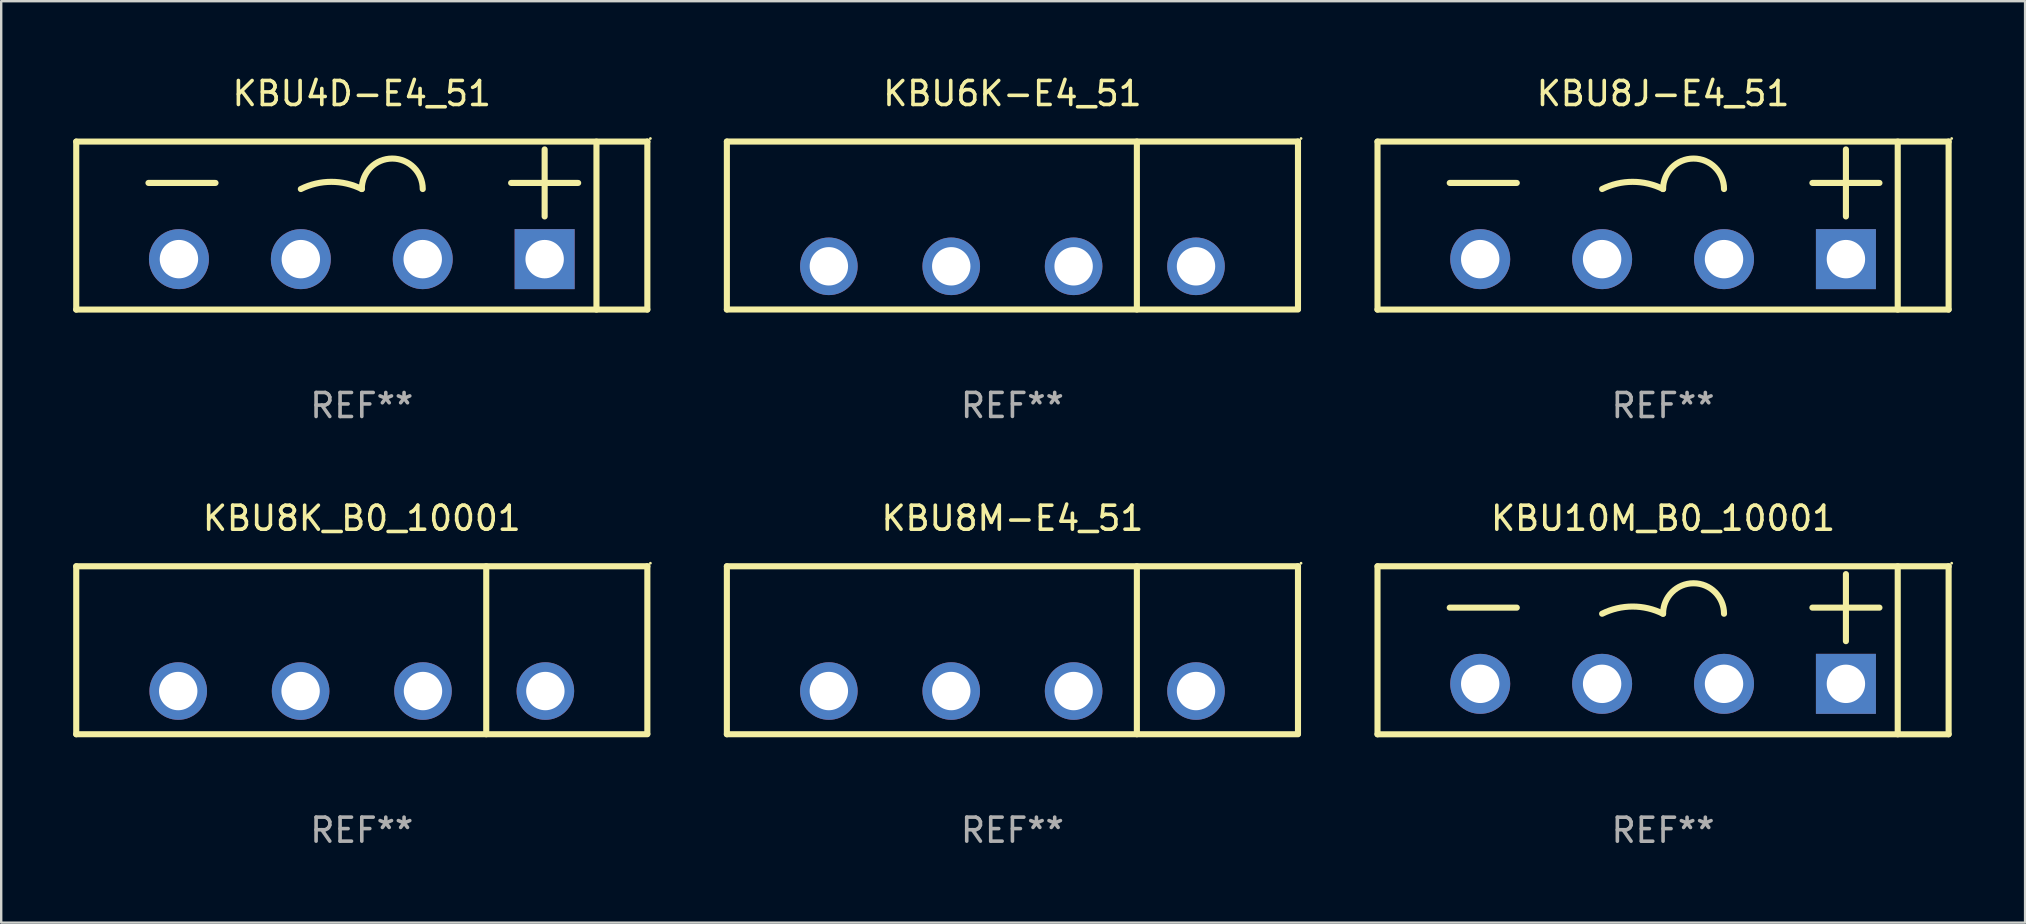
<source format=kicad_pcb>
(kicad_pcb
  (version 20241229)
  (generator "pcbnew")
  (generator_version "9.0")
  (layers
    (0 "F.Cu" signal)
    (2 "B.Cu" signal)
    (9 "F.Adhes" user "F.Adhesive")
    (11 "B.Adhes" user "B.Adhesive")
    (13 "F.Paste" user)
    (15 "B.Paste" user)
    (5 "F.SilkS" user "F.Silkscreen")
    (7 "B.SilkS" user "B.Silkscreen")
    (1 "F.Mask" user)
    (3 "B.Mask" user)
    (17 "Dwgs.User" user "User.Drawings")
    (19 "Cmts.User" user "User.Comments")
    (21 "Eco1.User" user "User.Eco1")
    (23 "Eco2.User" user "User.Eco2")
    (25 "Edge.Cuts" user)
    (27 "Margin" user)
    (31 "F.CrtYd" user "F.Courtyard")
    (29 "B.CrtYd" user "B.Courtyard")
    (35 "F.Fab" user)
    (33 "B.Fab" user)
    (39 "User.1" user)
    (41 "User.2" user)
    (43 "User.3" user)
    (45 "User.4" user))
  (footprint "KBU10M_B0_10001"
    (layer "F.Cu")
    (at 66.255 24.049)
    (property "Reference" "KBU10M_B0_10001" (at 0 -5.501 0) (layer "F.SilkS") (effects (font (size 1 1) (thickness 0.15))))
    (attr through_hole)
    (fp_line (start -11.9 -3.501) (end 11.9 -3.501) (stroke (width 0.254) (type solid)) (layer "F.SilkS"))
    (fp_line (start -11.9 3.501) (end -11.9 -3.499) (stroke (width 0.254) (type solid)) (layer "F.SilkS"))
    (fp_line (start -8.89 -1.777) (end -6.096 -1.777) (stroke (width 0.254) (type solid)) (layer "F.SilkS"))
    (fp_line (start 6.223 -1.777) (end 9.017 -1.777) (stroke (width 0.254) (type solid)) (layer "F.SilkS"))
    (fp_line (start 7.62 -0.38) (end 7.62 -3.174) (stroke (width 0.254) (type solid)) (layer "F.SilkS"))
    (fp_line (start 9.779 -3.499) (end 9.779 3.501) (stroke (width 0.254) (type solid)) (layer "F.SilkS"))
    (fp_line (start 11.9 -3.501) (end 11.9 3.499) (stroke (width 0.254) (type solid)) (layer "F.SilkS"))
    (fp_line (start 11.9 3.501) (end -11.9 3.501) (stroke (width 0.254) (type solid)) (layer "F.SilkS"))
    (fp_arc (start -2.540005 -1.522504) (mid -1.270003 -1.822311) (end 0 -1.522504) (stroke (width 0.254001) (type solid)) (layer "F.SilkS"))
    (fp_arc (start 0.000001 -1.522504) (mid 1.270003 -2.792506) (end 2.540005 -1.522504) (stroke (width 0.254001) (type solid)) (layer "F.SilkS"))
    (fp_circle (center 12.027 -3.628) (end 12.057 -3.628) (stroke (width 0.06) (type solid)) (fill no) (layer "F.SilkS"))
    (fp_text user "REF**" (at 0 7.501 0) (layer "F.Fab") (effects (font (size 1 1) (thickness 0.15))))
    (pad "1" thru_hole rect (at 7.62 1.399 180) (size 2.5 2.5) (drill 1.6) (layers "*.Cu" "*.Mask"))
    (pad "2" thru_hole circle (at 2.54 1.399) (size 2.5 2.5) (drill 1.6) (layers "*.Cu" "*.Mask"))
    (pad "3" thru_hole circle (at -2.54 1.399) (size 2.5 2.5) (drill 1.6) (layers "*.Cu" "*.Mask"))
    (pad "4" thru_hole circle (at -7.62 1.399) (size 2.5 2.5) (drill 1.6) (layers "*.Cu" "*.Mask")))
  (footprint "KBU6K-E4_51"
    (layer "F.Cu")
    (at 39.141 6.348)
    (property "Reference" "KBU6K-E4_51" (at 0 -5.5 0) (layer "F.SilkS") (effects (font (size 1 1) (thickness 0.15))))
    (attr through_hole)
    (fp_line (start -11.9 -3.5) (end -11.9 3.5) (stroke (width 0.254) (type solid)) (layer "F.SilkS"))
    (fp_line (start -11.9 -3.5) (end 11.9 -3.5) (stroke (width 0.254) (type solid)) (layer "F.SilkS"))
    (fp_line (start -11.9 3.5) (end 11.9 3.5) (stroke (width 0.254) (type solid)) (layer "F.SilkS"))
    (fp_line (start 5.186 -3.5) (end 5.186 3.5) (stroke (width 0.254) (type solid)) (layer "F.SilkS"))
    (fp_line (start 11.9 -3.5) (end 11.9 3.478) (stroke (width 0.254) (type solid)) (layer "F.SilkS"))
    (fp_circle (center 12.027 -3.627) (end 12.057 -3.627) (stroke (width 0.06) (type solid)) (fill no) (layer "F.SilkS"))
    (fp_text user "&#126;" (at -3.43 -0.131 0) (layer "B.Mask") (effects (font (size 1 1) (thickness 0.15))))
    (fp_text user "+" (at 6.731 -0.086 0) (layer "B.Mask") (effects (font (size 1 1) (thickness 0.15))))
    (fp_text user "-" (at -8.509 0.049 0) (layer "B.Mask") (effects (font (size 1 1) (thickness 0.15))))
    (fp_text user "&#126;" (at 1.651 -0.131 0) (layer "B.Mask") (effects (font (size 1 1) (thickness 0.15))))
    (fp_text user "REF**" (at 0 7.5 0) (layer "F.Fab") (effects (font (size 1 1) (thickness 0.15))))
    (pad "1" thru_hole circle (at 7.65 1.7) (size 2.4 2.4) (drill 1.6) (layers "*.Cu" "*.Mask"))
    (pad "2" thru_hole circle (at 2.55 1.7) (size 2.4 2.4) (drill 1.6) (layers "*.Cu" "*.Mask"))
    (pad "3" thru_hole circle (at -2.55 1.7) (size 2.4 2.4) (drill 1.6) (layers "*.Cu" "*.Mask"))
    (pad "4" thru_hole circle (at -7.65 1.7) (size 2.4 2.4) (drill 1.6) (layers "*.Cu" "*.Mask")))
  (footprint "KBU8K_B0_10001"
    (layer "F.Cu")
    (at 12.027 24.048)
    (property "Reference" "KBU8K_B0_10001" (at 0 -5.5 0) (layer "F.SilkS") (effects (font (size 1 1) (thickness 0.15))))
    (attr through_hole)
    (fp_line (start -11.9 -3.5) (end -11.9 3.5) (stroke (width 0.254) (type solid)) (layer "F.SilkS"))
    (fp_line (start -11.9 -3.5) (end 11.9 -3.5) (stroke (width 0.254) (type solid)) (layer "F.SilkS"))
    (fp_line (start -11.9 3.5) (end 11.9 3.5) (stroke (width 0.254) (type solid)) (layer "F.SilkS"))
    (fp_line (start 5.186 -3.5) (end 5.186 3.5) (stroke (width 0.254) (type solid)) (layer "F.SilkS"))
    (fp_line (start 11.9 -3.5) (end 11.9 3.478) (stroke (width 0.254) (type solid)) (layer "F.SilkS"))
    (fp_circle (center 12.027 -3.627) (end 12.057 -3.627) (stroke (width 0.06) (type solid)) (fill no) (layer "F.SilkS"))
    (fp_text user "&#126;" (at 1.651 -0.131 0) (layer "B.Mask") (effects (font (size 1 1) (thickness 0.15))))
    (fp_text user "&#126;" (at -3.43 -0.131 0) (layer "B.Mask") (effects (font (size 1 1) (thickness 0.15))))
    (fp_text user "-" (at -8.509 0.049 0) (layer "B.Mask") (effects (font (size 1 1) (thickness 0.15))))
    (fp_text user "+" (at 6.731 -0.086 0) (layer "B.Mask") (effects (font (size 1 1) (thickness 0.15))))
    (fp_text user "REF**" (at 0 7.5 0) (layer "F.Fab") (effects (font (size 1 1) (thickness 0.15))))
    (pad "1" thru_hole circle (at 7.65 1.7) (size 2.4 2.4) (drill 1.6) (layers "*.Cu" "*.Mask"))
    (pad "2" thru_hole circle (at 2.55 1.7) (size 2.4 2.4) (drill 1.6) (layers "*.Cu" "*.Mask"))
    (pad "3" thru_hole circle (at -2.55 1.7) (size 2.4 2.4) (drill 1.6) (layers "*.Cu" "*.Mask"))
    (pad "4" thru_hole circle (at -7.65 1.7) (size 2.4 2.4) (drill 1.6) (layers "*.Cu" "*.Mask")))
  (footprint "KBU4D-E4_51"
    (layer "F.Cu")
    (at 12.027 6.35)
    (property "Reference" "KBU4D-E4_51" (at 0 -5.501 0) (layer "F.SilkS") (effects (font (size 1 1) (thickness 0.15))))
    (attr through_hole)
    (fp_line (start -11.9 -3.501) (end 11.9 -3.501) (stroke (width 0.254) (type solid)) (layer "F.SilkS"))
    (fp_line (start -11.9 3.501) (end -11.9 -3.499) (stroke (width 0.254) (type solid)) (layer "F.SilkS"))
    (fp_line (start -8.89 -1.777) (end -6.096 -1.777) (stroke (width 0.254) (type solid)) (layer "F.SilkS"))
    (fp_line (start 6.223 -1.777) (end 9.017 -1.777) (stroke (width 0.254) (type solid)) (layer "F.SilkS"))
    (fp_line (start 7.62 -0.38) (end 7.62 -3.174) (stroke (width 0.254) (type solid)) (layer "F.SilkS"))
    (fp_line (start 9.779 -3.499) (end 9.779 3.501) (stroke (width 0.254) (type solid)) (layer "F.SilkS"))
    (fp_line (start 11.9 -3.501) (end 11.9 3.499) (stroke (width 0.254) (type solid)) (layer "F.SilkS"))
    (fp_line (start 11.9 3.501) (end -11.9 3.501) (stroke (width 0.254) (type solid)) (layer "F.SilkS"))
    (fp_arc (start -2.540005 -1.522504) (mid -1.270003 -1.822311) (end 0 -1.522504) (stroke (width 0.254001) (type solid)) (layer "F.SilkS"))
    (fp_arc (start 0.000001 -1.522504) (mid 1.270003 -2.792506) (end 2.540005 -1.522504) (stroke (width 0.254001) (type solid)) (layer "F.SilkS"))
    (fp_circle (center 12.027 -3.628) (end 12.057 -3.628) (stroke (width 0.06) (type solid)) (fill no) (layer "F.SilkS"))
    (fp_text user "REF**" (at 0 7.501 0) (layer "F.Fab") (effects (font (size 1 1) (thickness 0.15))))
    (pad "1" thru_hole rect (at 7.62 1.399 180) (size 2.5 2.5) (drill 1.6) (layers "*.Cu" "*.Mask"))
    (pad "2" thru_hole circle (at 2.54 1.399) (size 2.5 2.5) (drill 1.6) (layers "*.Cu" "*.Mask"))
    (pad "3" thru_hole circle (at -2.54 1.399) (size 2.5 2.5) (drill 1.6) (layers "*.Cu" "*.Mask"))
    (pad "4" thru_hole circle (at -7.62 1.399) (size 2.5 2.5) (drill 1.6) (layers "*.Cu" "*.Mask")))
  (footprint "KBU8M-E4_51"
    (layer "F.Cu")
    (at 39.141 24.048)
    (property "Reference" "KBU8M-E4_51" (at 0 -5.5 0) (layer "F.SilkS") (effects (font (size 1 1) (thickness 0.15))))
    (attr through_hole)
    (fp_line (start -11.9 -3.5) (end -11.9 3.5) (stroke (width 0.254) (type solid)) (layer "F.SilkS"))
    (fp_line (start -11.9 -3.5) (end 11.9 -3.5) (stroke (width 0.254) (type solid)) (layer "F.SilkS"))
    (fp_line (start -11.9 3.5) (end 11.9 3.5) (stroke (width 0.254) (type solid)) (layer "F.SilkS"))
    (fp_line (start 5.186 -3.5) (end 5.186 3.5) (stroke (width 0.254) (type solid)) (layer "F.SilkS"))
    (fp_line (start 11.9 -3.5) (end 11.9 3.478) (stroke (width 0.254) (type solid)) (layer "F.SilkS"))
    (fp_circle (center 12.027 -3.627) (end 12.057 -3.627) (stroke (width 0.06) (type solid)) (fill no) (layer "F.SilkS"))
    (fp_text user "&#126;" (at 1.651 -0.131 0) (layer "B.Mask") (effects (font (size 1 1) (thickness 0.15))))
    (fp_text user "&#126;" (at -3.43 -0.131 0) (layer "B.Mask") (effects (font (size 1 1) (thickness 0.15))))
    (fp_text user "+" (at 6.731 -0.086 0) (layer "B.Mask") (effects (font (size 1 1) (thickness 0.15))))
    (fp_text user "-" (at -8.509 0.049 0) (layer "B.Mask") (effects (font (size 1 1) (thickness 0.15))))
    (fp_text user "REF**" (at 0 7.5 0) (layer "F.Fab") (effects (font (size 1 1) (thickness 0.15))))
    (pad "1" thru_hole circle (at 7.65 1.7) (size 2.4 2.4) (drill 1.6) (layers "*.Cu" "*.Mask"))
    (pad "2" thru_hole circle (at 2.55 1.7) (size 2.4 2.4) (drill 1.6) (layers "*.Cu" "*.Mask"))
    (pad "3" thru_hole circle (at -2.55 1.7) (size 2.4 2.4) (drill 1.6) (layers "*.Cu" "*.Mask"))
    (pad "4" thru_hole circle (at -7.65 1.7) (size 2.4 2.4) (drill 1.6) (layers "*.Cu" "*.Mask")))
  (footprint "KBU8J-E4_51"
    (layer "F.Cu")
    (at 66.255 6.35)
    (property "Reference" "KBU8J-E4_51" (at 0 -5.501 0) (layer "F.SilkS") (effects (font (size 1 1) (thickness 0.15))))
    (attr through_hole)
    (fp_line (start -11.9 -3.501) (end 11.9 -3.501) (stroke (width 0.254) (type solid)) (layer "F.SilkS"))
    (fp_line (start -11.9 3.501) (end -11.9 -3.499) (stroke (width 0.254) (type solid)) (layer "F.SilkS"))
    (fp_line (start -8.89 -1.777) (end -6.096 -1.777) (stroke (width 0.254) (type solid)) (layer "F.SilkS"))
    (fp_line (start 6.223 -1.777) (end 9.017 -1.777) (stroke (width 0.254) (type solid)) (layer "F.SilkS"))
    (fp_line (start 7.62 -0.38) (end 7.62 -3.174) (stroke (width 0.254) (type solid)) (layer "F.SilkS"))
    (fp_line (start 9.779 -3.499) (end 9.779 3.501) (stroke (width 0.254) (type solid)) (layer "F.SilkS"))
    (fp_line (start 11.9 -3.501) (end 11.9 3.499) (stroke (width 0.254) (type solid)) (layer "F.SilkS"))
    (fp_line (start 11.9 3.501) (end -11.9 3.501) (stroke (width 0.254) (type solid)) (layer "F.SilkS"))
    (fp_arc (start -2.540005 -1.522504) (mid -1.270003 -1.822311) (end 0 -1.522504) (stroke (width 0.254001) (type solid)) (layer "F.SilkS"))
    (fp_arc (start 0.000001 -1.522504) (mid 1.270003 -2.792506) (end 2.540005 -1.522504) (stroke (width 0.254001) (type solid)) (layer "F.SilkS"))
    (fp_circle (center 12.027 -3.628) (end 12.057 -3.628) (stroke (width 0.06) (type solid)) (fill no) (layer "F.SilkS"))
    (fp_text user "REF**" (at 0 7.501 0) (layer "F.Fab") (effects (font (size 1 1) (thickness 0.15))))
    (pad "1" thru_hole rect (at 7.62 1.399 180) (size 2.5 2.5) (drill 1.6) (layers "*.Cu" "*.Mask"))
    (pad "2" thru_hole circle (at 2.54 1.399) (size 2.5 2.5) (drill 1.6) (layers "*.Cu" "*.Mask"))
    (pad "3" thru_hole circle (at -2.54 1.399) (size 2.5 2.5) (drill 1.6) (layers "*.Cu" "*.Mask"))
    (pad "4" thru_hole circle (at -7.62 1.399) (size 2.5 2.5) (drill 1.6) (layers "*.Cu" "*.Mask")))
  (gr_rect
    (start -3 -3)
    (end 81.342 35.399)
    (stroke (width 0.1) (type default))
    (fill no)
    (layer "Edge.Cuts")))
</source>
